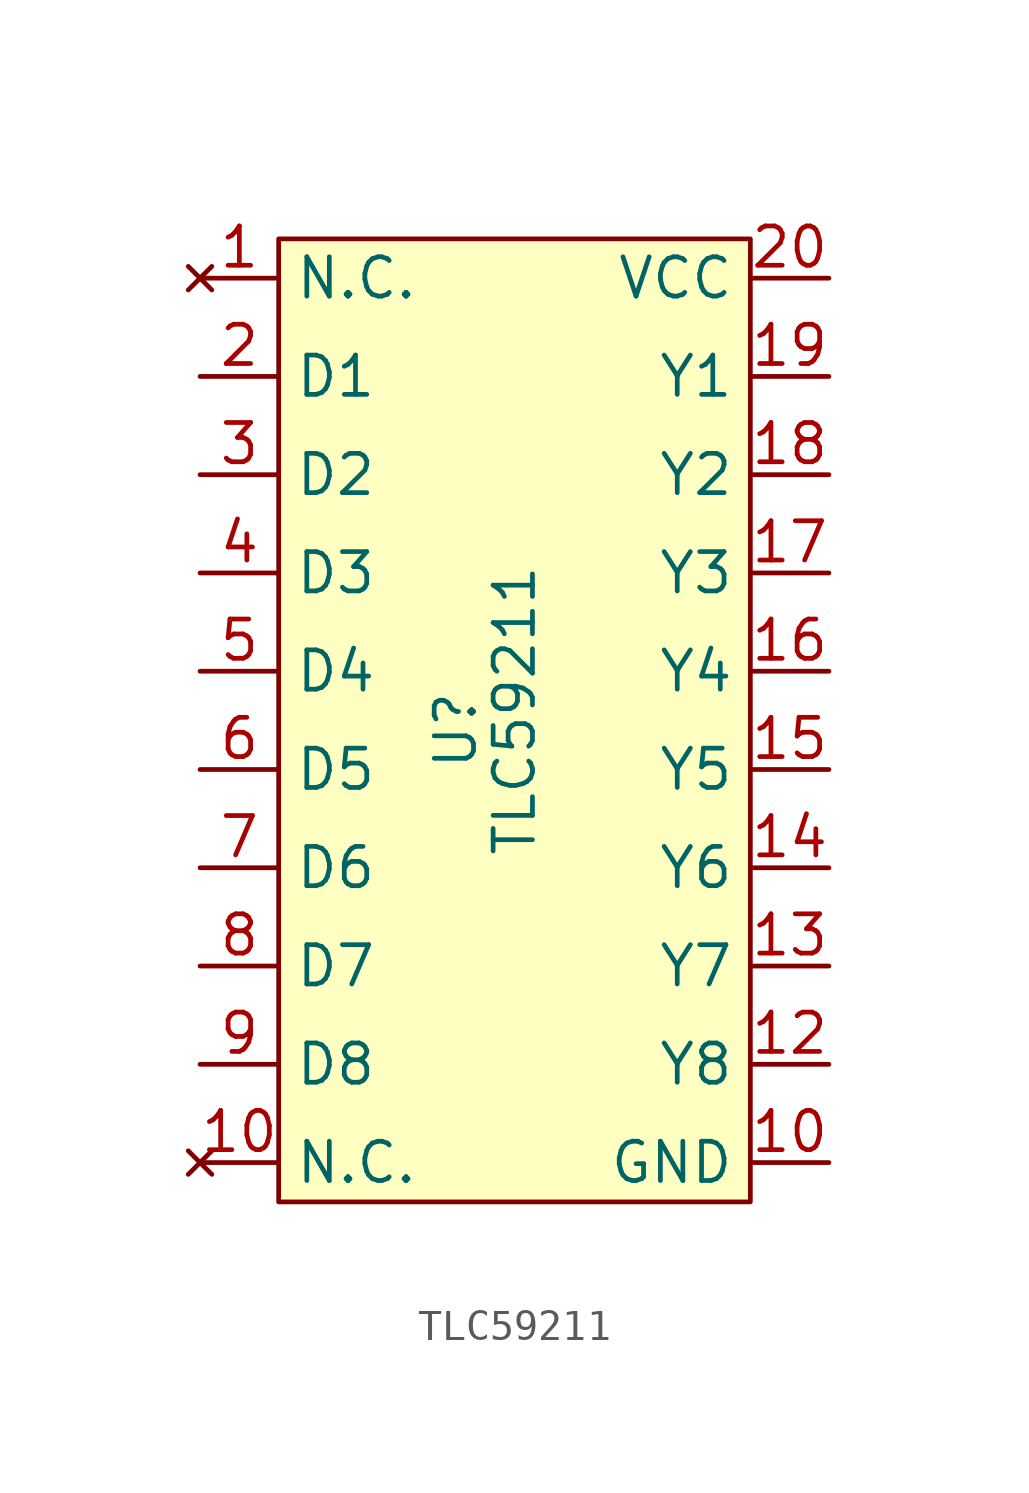
<source format=kicad_sym>
(kicad_symbol_lib
  (version 20211014)
  (generator kicad_symbol_editor)
  (symbol "TLC59211"
    (property "Reference" "U"
      (at -1.905 -0.635 90)
      (effects (font (size 1.27 1.27))))
    (property "Value" "TLC59211"
      (at 0 0 90)
      (effects (font (size 1.27 1.27))))
    (symbol "TLC59211_0_1"
      (rectangle (start -7.62 15.24) (end 7.62 -15.875) (stroke (width 0) (type default) (color 0 0 0 0)) (fill (type background))))
    (symbol "TLC59211_1_1"
      (pin no_connect line (at -10.16 13.97 0) (length 2.54) (name "N.C." (effects (font (size 1.27 1.27)))) (number "1" (effects (font (size 1.27 1.27)))))
      (pin power_in line (at 10.16 -14.605 180) (length 2.54) (name "GND" (effects (font (size 1.27 1.27)))) (number "10" (effects (font (size 1.27 1.27)))))
      (pin no_connect line (at -10.16 -14.605 0) (length 2.54) (name "N.C." (effects (font (size 1.27 1.27)))) (number "10" (effects (font (size 1.27 1.27)))))
      (pin output line (at 10.16 -11.43 180) (length 2.54) (name "Y8" (effects (font (size 1.27 1.27)))) (number "12" (effects (font (size 1.27 1.27)))))
      (pin output line (at 10.16 -8.255 180) (length 2.54) (name "Y7" (effects (font (size 1.27 1.27)))) (number "13" (effects (font (size 1.27 1.27)))))
      (pin output line (at 10.16 -5.08 180) (length 2.54) (name "Y6" (effects (font (size 1.27 1.27)))) (number "14" (effects (font (size 1.27 1.27)))))
      (pin output line (at 10.16 -1.905 180) (length 2.54) (name "Y5" (effects (font (size 1.27 1.27)))) (number "15" (effects (font (size 1.27 1.27)))))
      (pin output line (at 10.16 1.27 180) (length 2.54) (name "Y4" (effects (font (size 1.27 1.27)))) (number "16" (effects (font (size 1.27 1.27)))))
      (pin output line (at 10.16 4.445 180) (length 2.54) (name "Y3" (effects (font (size 1.27 1.27)))) (number "17" (effects (font (size 1.27 1.27)))))
      (pin output line (at 10.16 7.62 180) (length 2.54) (name "Y2" (effects (font (size 1.27 1.27)))) (number "18" (effects (font (size 1.27 1.27)))))
      (pin output line (at 10.16 10.795 180) (length 2.54) (name "Y1" (effects (font (size 1.27 1.27)))) (number "19" (effects (font (size 1.27 1.27)))))
      (pin input line (at -10.16 10.795 0) (length 2.54) (name "D1" (effects (font (size 1.27 1.27)))) (number "2" (effects (font (size 1.27 1.27)))))
      (pin power_in line (at 10.16 13.97 180) (length 2.54) (name "VCC" (effects (font (size 1.27 1.27)))) (number "20" (effects (font (size 1.27 1.27)))))
      (pin input line (at -10.16 7.62 0) (length 2.54) (name "D2" (effects (font (size 1.27 1.27)))) (number "3" (effects (font (size 1.27 1.27)))))
      (pin input line (at -10.16 4.445 0) (length 2.54) (name "D3" (effects (font (size 1.27 1.27)))) (number "4" (effects (font (size 1.27 1.27)))))
      (pin input line (at -10.16 1.27 0) (length 2.54) (name "D4" (effects (font (size 1.27 1.27)))) (number "5" (effects (font (size 1.27 1.27)))))
      (pin input line (at -10.16 -1.905 0) (length 2.54) (name "D5" (effects (font (size 1.27 1.27)))) (number "6" (effects (font (size 1.27 1.27)))))
      (pin input line (at -10.16 -5.08 0) (length 2.54) (name "D6" (effects (font (size 1.27 1.27)))) (number "7" (effects (font (size 1.27 1.27)))))
      (pin input line (at -10.16 -8.255 0) (length 2.54) (name "D7" (effects (font (size 1.27 1.27)))) (number "8" (effects (font (size 1.27 1.27)))))
      (pin input line (at -10.16 -11.43 0) (length 2.54) (name "D8" (effects (font (size 1.27 1.27)))) (number "9" (effects (font (size 1.27 1.27))))))))
</source>
